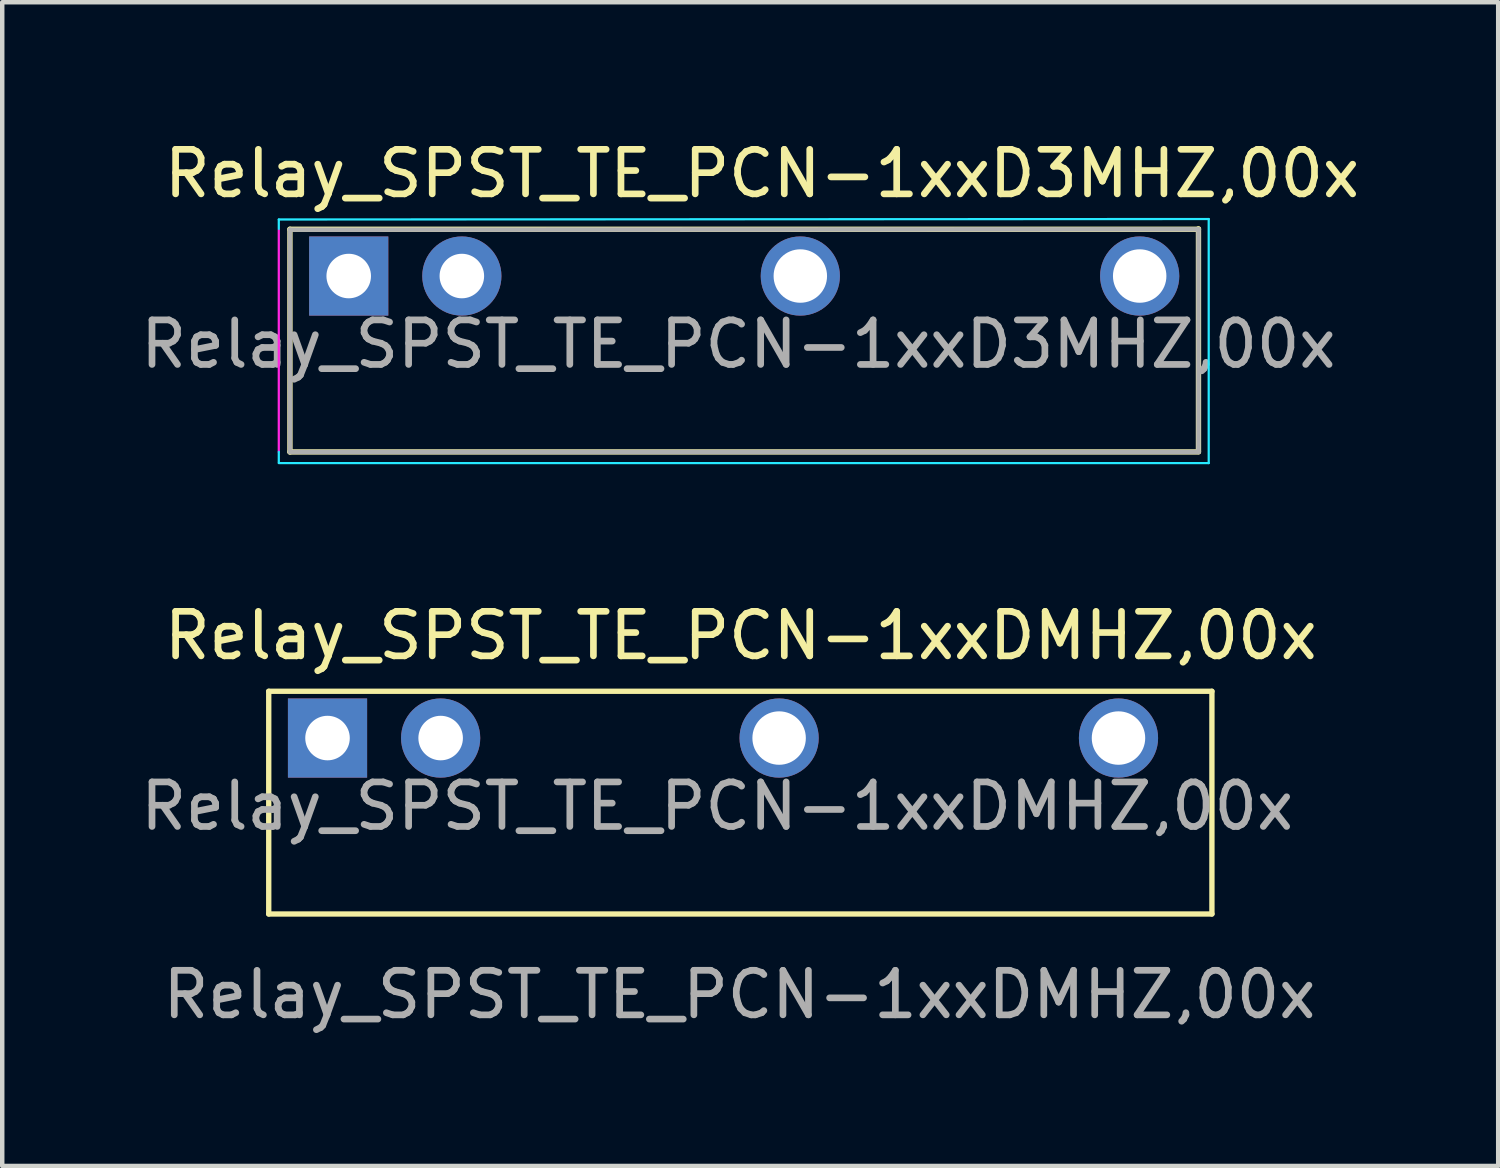
<source format=kicad_pcb>
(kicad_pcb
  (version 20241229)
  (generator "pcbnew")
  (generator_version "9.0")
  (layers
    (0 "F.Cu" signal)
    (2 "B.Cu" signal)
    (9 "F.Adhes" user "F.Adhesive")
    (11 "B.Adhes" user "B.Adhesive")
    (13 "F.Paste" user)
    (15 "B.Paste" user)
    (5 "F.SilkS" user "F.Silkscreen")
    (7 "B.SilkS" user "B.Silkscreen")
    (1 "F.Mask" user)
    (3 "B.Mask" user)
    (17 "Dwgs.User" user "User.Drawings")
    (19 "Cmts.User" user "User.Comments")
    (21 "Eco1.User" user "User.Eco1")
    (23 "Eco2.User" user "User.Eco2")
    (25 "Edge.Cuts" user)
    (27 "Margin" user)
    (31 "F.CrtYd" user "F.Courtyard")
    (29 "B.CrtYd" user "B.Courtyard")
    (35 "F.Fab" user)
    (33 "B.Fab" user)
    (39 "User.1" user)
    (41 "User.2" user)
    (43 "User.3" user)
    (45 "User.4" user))
  (footprint "Relay_SPST_TE_PCN-1xxD3MHZ,00x"
    (layer "F.Cu")
    (at 4.78 3.148)
    (property "Reference" "Relay_SPST_TE_PCN-1xxD3MHZ,00x" (at 9.28 -2.3 180) (layer "F.SilkS") (effects (font (size 1 1) (thickness 0.15))))
    (attr through_hole)
    (fp_line (start -1.32 -1.05) (end -1.32 3.95) (stroke (width 0.12) (type solid)) (layer "F.SilkS"))
    (fp_line (start -1.32 3.95) (end 19.08 3.95) (stroke (width 0.12) (type solid)) (layer "F.SilkS"))
    (fp_line (start 19.08 -1.05) (end -1.32 -1.05) (stroke (width 0.12) (type solid)) (layer "F.SilkS"))
    (fp_line (start 19.08 3.94) (end 19.08 -1.06) (stroke (width 0.12) (type solid)) (layer "F.SilkS"))
    (fp_line (start -1.57 -1.27) (end -1.57 -1.06) (stroke (width 0.05) (type solid)) (layer "B.CrtYd"))
    (fp_line (start -1.57 3.95) (end -1.57 4.19) (stroke (width 0.05) (type solid)) (layer "B.CrtYd"))
    (fp_line (start -1.57 4.2) (end 19.31 4.2) (stroke (width 0.05) (type solid)) (layer "B.CrtYd"))
    (fp_line (start 19.31 -1.28) (end -1.57 -1.27) (stroke (width 0.05) (type solid)) (layer "B.CrtYd"))
    (fp_line (start 19.31 4.2) (end 19.31 -1.28) (stroke (width 0.05) (type solid)) (layer "B.CrtYd"))
    (fp_line (start -1.57 -1.04) (end -1.57 3.95) (stroke (width 0.05) (type solid)) (layer "F.CrtYd"))
    (fp_line (start -1.32 -1.04) (end 19.08 -1.05) (stroke (width 0.1) (type solid)) (layer "F.Fab"))
    (fp_line (start -1.32 3.95) (end -1.32 -1.04) (stroke (width 0.1) (type solid)) (layer "F.Fab"))
    (fp_line (start 19.08 -1.05) (end 19.08 3.95) (stroke (width 0.1) (type solid)) (layer "F.Fab"))
    (fp_line (start 19.08 3.95) (end -1.32 3.95) (stroke (width 0.1) (type solid)) (layer "F.Fab"))
    (fp_text user "${REFERENCE}" (at 8.75 1.53 0) (layer "F.Fab") (effects (font (size 1 1) (thickness 0.15))))
    (pad "1" thru_hole rect (at 0 0) (size 1.778 1.778) (drill 1) (layers "*.Cu" "*.Mask"))
    (pad "2" thru_hole circle (at 2.54 0) (size 1.778 1.778) (drill 1) (layers "*.Cu" "*.Mask"))
    (pad "3" thru_hole circle (at 10.14 0) (size 1.778 1.778) (drill 1.2) (layers "*.Cu" "*.Mask"))
    (pad "4" thru_hole circle (at 17.76 0) (size 1.778 1.778) (drill 1.2) (layers "*.Cu" "*.Mask")))
  (footprint "Relay_SPST_TE_PCN-1xxDMHZ,00x"
    (layer "F.Cu")
    (at 4.304 13.492)
    (property "Reference" "Relay_SPST_TE_PCN-1xxDMHZ,00x" (at 9.28 -2.27 180) (layer "F.SilkS") (effects (font (size 1 1) (thickness 0.15))))
    (attr through_hole)
    (fp_line (start -1.32 -1.02) (end -1.32 3.98) (stroke (width 0.12) (type solid)) (layer "F.SilkS"))
    (fp_line (start -1.32 3.98) (end 19.858 3.98) (stroke (width 0.12) (type solid)) (layer "F.SilkS"))
    (fp_line (start 19.858 -1.02) (end -1.32 -1.02) (stroke (width 0.12) (type solid)) (layer "F.SilkS"))
    (fp_line (start 19.858 3.98) (end 19.858 -1.02) (stroke (width 0.12) (type solid)) (layer "F.SilkS"))
    (fp_text user "${REFERENCE}" (at 8.75 1.56 0) (layer "F.Fab") (effects (font (size 1 1) (thickness 0.15))))
    (fp_text user "Relay_SPST_TE_PCN-1xxDMHZ,00x" (at 9.25 5.79 0) (layer "F.Fab") (effects (font (size 1 1) (thickness 0.15))))
    (pad "1" thru_hole rect (at 0 0.03) (size 1.778 1.778) (drill 1) (layers "*.Cu" "*.Mask"))
    (pad "2" thru_hole circle (at 2.54 0.03) (size 1.778 1.778) (drill 1) (layers "*.Cu" "*.Mask"))
    (pad "3" thru_hole circle (at 10.14 0.03) (size 1.778 1.778) (drill 1.2) (layers "*.Cu" "*.Mask"))
    (pad "4" thru_hole circle (at 17.76 0.03) (size 1.778 1.778) (drill 1.2) (layers "*.Cu" "*.Mask")))
  (gr_rect
    (start -3 -3)
    (end 30.59 23.13)
    (stroke (width 0.1) (type default))
    (fill no)
    (layer "Edge.Cuts")))
</source>
